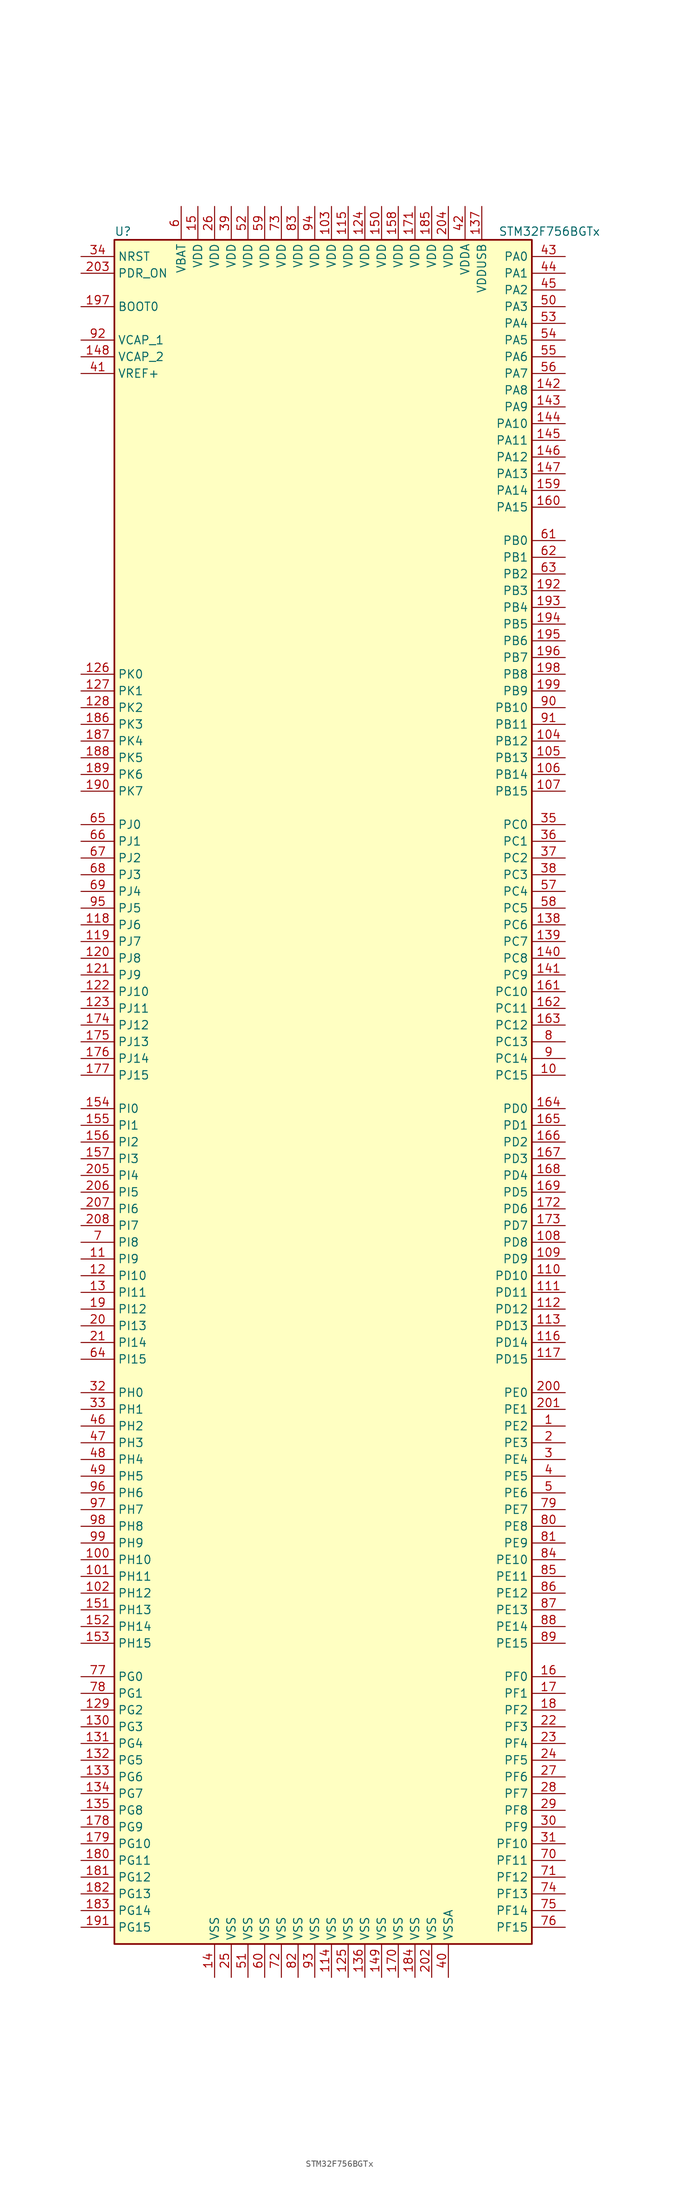
<source format=kicad_sym>
(kicad_symbol_lib
  (version 20201005)
  (generator kicad_symbol_editor)
  (symbol "MCU_ST_STM32F7:STM32F756BGTx"
    (property "Reference" "U"
      (at -33.02 130.81 0)
      (effects (font (size 1.27 1.27)) (justify left)))
    (property "Value" "STM32F756BGTx"
      (at 25.4 130.81 0)
      (effects (font (size 1.27 1.27)) (justify left)))
    (symbol "STM32F756BGTx_0_1"
      (rectangle (start -33.02 -129.54) (end 30.48 129.54) (stroke (width 0.254)) (fill (type background))))
    (symbol "STM32F756BGTx_1_1"
      (pin input line (at -38.1 119.38 0) (length 5.08) (name "BOOT0" (effects (font (size 1.27 1.27)))) (number "197" (effects (font (size 1.27 1.27)))))
      (pin input line (at -38.1 127 0) (length 5.08) (name "NRST" (effects (font (size 1.27 1.27)))) (number "34" (effects (font (size 1.27 1.27)))))
      (pin bidirectional line (at 35.56 127 180) (length 5.08) (name "PA0" (effects (font (size 1.27 1.27)))) (number "43" (effects (font (size 1.27 1.27)))))
      (pin bidirectional line (at 35.56 124.46 180) (length 5.08) (name "PA1" (effects (font (size 1.27 1.27)))) (number "44" (effects (font (size 1.27 1.27)))))
      (pin bidirectional line (at 35.56 101.6 180) (length 5.08) (name "PA10" (effects (font (size 1.27 1.27)))) (number "144" (effects (font (size 1.27 1.27)))))
      (pin bidirectional line (at 35.56 99.06 180) (length 5.08) (name "PA11" (effects (font (size 1.27 1.27)))) (number "145" (effects (font (size 1.27 1.27)))))
      (pin bidirectional line (at 35.56 96.52 180) (length 5.08) (name "PA12" (effects (font (size 1.27 1.27)))) (number "146" (effects (font (size 1.27 1.27)))))
      (pin bidirectional line (at 35.56 93.98 180) (length 5.08) (name "PA13" (effects (font (size 1.27 1.27)))) (number "147" (effects (font (size 1.27 1.27)))))
      (pin bidirectional line (at 35.56 91.44 180) (length 5.08) (name "PA14" (effects (font (size 1.27 1.27)))) (number "159" (effects (font (size 1.27 1.27)))))
      (pin bidirectional line (at 35.56 88.9 180) (length 5.08) (name "PA15" (effects (font (size 1.27 1.27)))) (number "160" (effects (font (size 1.27 1.27)))))
      (pin bidirectional line (at 35.56 121.92 180) (length 5.08) (name "PA2" (effects (font (size 1.27 1.27)))) (number "45" (effects (font (size 1.27 1.27)))))
      (pin bidirectional line (at 35.56 119.38 180) (length 5.08) (name "PA3" (effects (font (size 1.27 1.27)))) (number "50" (effects (font (size 1.27 1.27)))))
      (pin bidirectional line (at 35.56 116.84 180) (length 5.08) (name "PA4" (effects (font (size 1.27 1.27)))) (number "53" (effects (font (size 1.27 1.27)))))
      (pin bidirectional line (at 35.56 114.3 180) (length 5.08) (name "PA5" (effects (font (size 1.27 1.27)))) (number "54" (effects (font (size 1.27 1.27)))))
      (pin bidirectional line (at 35.56 111.76 180) (length 5.08) (name "PA6" (effects (font (size 1.27 1.27)))) (number "55" (effects (font (size 1.27 1.27)))))
      (pin bidirectional line (at 35.56 109.22 180) (length 5.08) (name "PA7" (effects (font (size 1.27 1.27)))) (number "56" (effects (font (size 1.27 1.27)))))
      (pin bidirectional line (at 35.56 106.68 180) (length 5.08) (name "PA8" (effects (font (size 1.27 1.27)))) (number "142" (effects (font (size 1.27 1.27)))))
      (pin bidirectional line (at 35.56 104.14 180) (length 5.08) (name "PA9" (effects (font (size 1.27 1.27)))) (number "143" (effects (font (size 1.27 1.27)))))
      (pin bidirectional line (at 35.56 83.82 180) (length 5.08) (name "PB0" (effects (font (size 1.27 1.27)))) (number "61" (effects (font (size 1.27 1.27)))))
      (pin bidirectional line (at 35.56 81.28 180) (length 5.08) (name "PB1" (effects (font (size 1.27 1.27)))) (number "62" (effects (font (size 1.27 1.27)))))
      (pin bidirectional line (at 35.56 58.42 180) (length 5.08) (name "PB10" (effects (font (size 1.27 1.27)))) (number "90" (effects (font (size 1.27 1.27)))))
      (pin bidirectional line (at 35.56 55.88 180) (length 5.08) (name "PB11" (effects (font (size 1.27 1.27)))) (number "91" (effects (font (size 1.27 1.27)))))
      (pin bidirectional line (at 35.56 53.34 180) (length 5.08) (name "PB12" (effects (font (size 1.27 1.27)))) (number "104" (effects (font (size 1.27 1.27)))))
      (pin bidirectional line (at 35.56 50.8 180) (length 5.08) (name "PB13" (effects (font (size 1.27 1.27)))) (number "105" (effects (font (size 1.27 1.27)))))
      (pin bidirectional line (at 35.56 48.26 180) (length 5.08) (name "PB14" (effects (font (size 1.27 1.27)))) (number "106" (effects (font (size 1.27 1.27)))))
      (pin bidirectional line (at 35.56 45.72 180) (length 5.08) (name "PB15" (effects (font (size 1.27 1.27)))) (number "107" (effects (font (size 1.27 1.27)))))
      (pin bidirectional line (at 35.56 78.74 180) (length 5.08) (name "PB2" (effects (font (size 1.27 1.27)))) (number "63" (effects (font (size 1.27 1.27)))))
      (pin bidirectional line (at 35.56 76.2 180) (length 5.08) (name "PB3" (effects (font (size 1.27 1.27)))) (number "192" (effects (font (size 1.27 1.27)))))
      (pin bidirectional line (at 35.56 73.66 180) (length 5.08) (name "PB4" (effects (font (size 1.27 1.27)))) (number "193" (effects (font (size 1.27 1.27)))))
      (pin bidirectional line (at 35.56 71.12 180) (length 5.08) (name "PB5" (effects (font (size 1.27 1.27)))) (number "194" (effects (font (size 1.27 1.27)))))
      (pin bidirectional line (at 35.56 68.58 180) (length 5.08) (name "PB6" (effects (font (size 1.27 1.27)))) (number "195" (effects (font (size 1.27 1.27)))))
      (pin bidirectional line (at 35.56 66.04 180) (length 5.08) (name "PB7" (effects (font (size 1.27 1.27)))) (number "196" (effects (font (size 1.27 1.27)))))
      (pin bidirectional line (at 35.56 63.5 180) (length 5.08) (name "PB8" (effects (font (size 1.27 1.27)))) (number "198" (effects (font (size 1.27 1.27)))))
      (pin bidirectional line (at 35.56 60.96 180) (length 5.08) (name "PB9" (effects (font (size 1.27 1.27)))) (number "199" (effects (font (size 1.27 1.27)))))
      (pin bidirectional line (at 35.56 40.64 180) (length 5.08) (name "PC0" (effects (font (size 1.27 1.27)))) (number "35" (effects (font (size 1.27 1.27)))))
      (pin bidirectional line (at 35.56 38.1 180) (length 5.08) (name "PC1" (effects (font (size 1.27 1.27)))) (number "36" (effects (font (size 1.27 1.27)))))
      (pin bidirectional line (at 35.56 15.24 180) (length 5.08) (name "PC10" (effects (font (size 1.27 1.27)))) (number "161" (effects (font (size 1.27 1.27)))))
      (pin bidirectional line (at 35.56 12.7 180) (length 5.08) (name "PC11" (effects (font (size 1.27 1.27)))) (number "162" (effects (font (size 1.27 1.27)))))
      (pin bidirectional line (at 35.56 10.16 180) (length 5.08) (name "PC12" (effects (font (size 1.27 1.27)))) (number "163" (effects (font (size 1.27 1.27)))))
      (pin bidirectional line (at 35.56 7.62 180) (length 5.08) (name "PC13" (effects (font (size 1.27 1.27)))) (number "8" (effects (font (size 1.27 1.27)))))
      (pin bidirectional line (at 35.56 5.08 180) (length 5.08) (name "PC14" (effects (font (size 1.27 1.27)))) (number "9" (effects (font (size 1.27 1.27)))))
      (pin bidirectional line (at 35.56 2.54 180) (length 5.08) (name "PC15" (effects (font (size 1.27 1.27)))) (number "10" (effects (font (size 1.27 1.27)))))
      (pin bidirectional line (at 35.56 35.56 180) (length 5.08) (name "PC2" (effects (font (size 1.27 1.27)))) (number "37" (effects (font (size 1.27 1.27)))))
      (pin bidirectional line (at 35.56 33.02 180) (length 5.08) (name "PC3" (effects (font (size 1.27 1.27)))) (number "38" (effects (font (size 1.27 1.27)))))
      (pin bidirectional line (at 35.56 30.48 180) (length 5.08) (name "PC4" (effects (font (size 1.27 1.27)))) (number "57" (effects (font (size 1.27 1.27)))))
      (pin bidirectional line (at 35.56 27.94 180) (length 5.08) (name "PC5" (effects (font (size 1.27 1.27)))) (number "58" (effects (font (size 1.27 1.27)))))
      (pin bidirectional line (at 35.56 25.4 180) (length 5.08) (name "PC6" (effects (font (size 1.27 1.27)))) (number "138" (effects (font (size 1.27 1.27)))))
      (pin bidirectional line (at 35.56 22.86 180) (length 5.08) (name "PC7" (effects (font (size 1.27 1.27)))) (number "139" (effects (font (size 1.27 1.27)))))
      (pin bidirectional line (at 35.56 20.32 180) (length 5.08) (name "PC8" (effects (font (size 1.27 1.27)))) (number "140" (effects (font (size 1.27 1.27)))))
      (pin bidirectional line (at 35.56 17.78 180) (length 5.08) (name "PC9" (effects (font (size 1.27 1.27)))) (number "141" (effects (font (size 1.27 1.27)))))
      (pin bidirectional line (at 35.56 -2.54 180) (length 5.08) (name "PD0" (effects (font (size 1.27 1.27)))) (number "164" (effects (font (size 1.27 1.27)))))
      (pin bidirectional line (at 35.56 -5.08 180) (length 5.08) (name "PD1" (effects (font (size 1.27 1.27)))) (number "165" (effects (font (size 1.27 1.27)))))
      (pin bidirectional line (at 35.56 -27.94 180) (length 5.08) (name "PD10" (effects (font (size 1.27 1.27)))) (number "110" (effects (font (size 1.27 1.27)))))
      (pin bidirectional line (at 35.56 -30.48 180) (length 5.08) (name "PD11" (effects (font (size 1.27 1.27)))) (number "111" (effects (font (size 1.27 1.27)))))
      (pin bidirectional line (at 35.56 -33.02 180) (length 5.08) (name "PD12" (effects (font (size 1.27 1.27)))) (number "112" (effects (font (size 1.27 1.27)))))
      (pin bidirectional line (at 35.56 -35.56 180) (length 5.08) (name "PD13" (effects (font (size 1.27 1.27)))) (number "113" (effects (font (size 1.27 1.27)))))
      (pin bidirectional line (at 35.56 -38.1 180) (length 5.08) (name "PD14" (effects (font (size 1.27 1.27)))) (number "116" (effects (font (size 1.27 1.27)))))
      (pin bidirectional line (at 35.56 -40.64 180) (length 5.08) (name "PD15" (effects (font (size 1.27 1.27)))) (number "117" (effects (font (size 1.27 1.27)))))
      (pin bidirectional line (at 35.56 -7.62 180) (length 5.08) (name "PD2" (effects (font (size 1.27 1.27)))) (number "166" (effects (font (size 1.27 1.27)))))
      (pin bidirectional line (at 35.56 -10.16 180) (length 5.08) (name "PD3" (effects (font (size 1.27 1.27)))) (number "167" (effects (font (size 1.27 1.27)))))
      (pin bidirectional line (at 35.56 -12.7 180) (length 5.08) (name "PD4" (effects (font (size 1.27 1.27)))) (number "168" (effects (font (size 1.27 1.27)))))
      (pin bidirectional line (at 35.56 -15.24 180) (length 5.08) (name "PD5" (effects (font (size 1.27 1.27)))) (number "169" (effects (font (size 1.27 1.27)))))
      (pin bidirectional line (at 35.56 -17.78 180) (length 5.08) (name "PD6" (effects (font (size 1.27 1.27)))) (number "172" (effects (font (size 1.27 1.27)))))
      (pin bidirectional line (at 35.56 -20.32 180) (length 5.08) (name "PD7" (effects (font (size 1.27 1.27)))) (number "173" (effects (font (size 1.27 1.27)))))
      (pin bidirectional line (at 35.56 -22.86 180) (length 5.08) (name "PD8" (effects (font (size 1.27 1.27)))) (number "108" (effects (font (size 1.27 1.27)))))
      (pin bidirectional line (at 35.56 -25.4 180) (length 5.08) (name "PD9" (effects (font (size 1.27 1.27)))) (number "109" (effects (font (size 1.27 1.27)))))
      (pin input line (at -38.1 124.46 0) (length 5.08) (name "PDR_ON" (effects (font (size 1.27 1.27)))) (number "203" (effects (font (size 1.27 1.27)))))
      (pin bidirectional line (at 35.56 -45.72 180) (length 5.08) (name "PE0" (effects (font (size 1.27 1.27)))) (number "200" (effects (font (size 1.27 1.27)))))
      (pin bidirectional line (at 35.56 -48.26 180) (length 5.08) (name "PE1" (effects (font (size 1.27 1.27)))) (number "201" (effects (font (size 1.27 1.27)))))
      (pin bidirectional line (at 35.56 -71.12 180) (length 5.08) (name "PE10" (effects (font (size 1.27 1.27)))) (number "84" (effects (font (size 1.27 1.27)))))
      (pin bidirectional line (at 35.56 -73.66 180) (length 5.08) (name "PE11" (effects (font (size 1.27 1.27)))) (number "85" (effects (font (size 1.27 1.27)))))
      (pin bidirectional line (at 35.56 -76.2 180) (length 5.08) (name "PE12" (effects (font (size 1.27 1.27)))) (number "86" (effects (font (size 1.27 1.27)))))
      (pin bidirectional line (at 35.56 -78.74 180) (length 5.08) (name "PE13" (effects (font (size 1.27 1.27)))) (number "87" (effects (font (size 1.27 1.27)))))
      (pin bidirectional line (at 35.56 -81.28 180) (length 5.08) (name "PE14" (effects (font (size 1.27 1.27)))) (number "88" (effects (font (size 1.27 1.27)))))
      (pin bidirectional line (at 35.56 -83.82 180) (length 5.08) (name "PE15" (effects (font (size 1.27 1.27)))) (number "89" (effects (font (size 1.27 1.27)))))
      (pin bidirectional line (at 35.56 -50.8 180) (length 5.08) (name "PE2" (effects (font (size 1.27 1.27)))) (number "1" (effects (font (size 1.27 1.27)))))
      (pin bidirectional line (at 35.56 -53.34 180) (length 5.08) (name "PE3" (effects (font (size 1.27 1.27)))) (number "2" (effects (font (size 1.27 1.27)))))
      (pin bidirectional line (at 35.56 -55.88 180) (length 5.08) (name "PE4" (effects (font (size 1.27 1.27)))) (number "3" (effects (font (size 1.27 1.27)))))
      (pin bidirectional line (at 35.56 -58.42 180) (length 5.08) (name "PE5" (effects (font (size 1.27 1.27)))) (number "4" (effects (font (size 1.27 1.27)))))
      (pin bidirectional line (at 35.56 -60.96 180) (length 5.08) (name "PE6" (effects (font (size 1.27 1.27)))) (number "5" (effects (font (size 1.27 1.27)))))
      (pin bidirectional line (at 35.56 -63.5 180) (length 5.08) (name "PE7" (effects (font (size 1.27 1.27)))) (number "79" (effects (font (size 1.27 1.27)))))
      (pin bidirectional line (at 35.56 -66.04 180) (length 5.08) (name "PE8" (effects (font (size 1.27 1.27)))) (number "80" (effects (font (size 1.27 1.27)))))
      (pin bidirectional line (at 35.56 -68.58 180) (length 5.08) (name "PE9" (effects (font (size 1.27 1.27)))) (number "81" (effects (font (size 1.27 1.27)))))
      (pin bidirectional line (at 35.56 -88.9 180) (length 5.08) (name "PF0" (effects (font (size 1.27 1.27)))) (number "16" (effects (font (size 1.27 1.27)))))
      (pin bidirectional line (at 35.56 -91.44 180) (length 5.08) (name "PF1" (effects (font (size 1.27 1.27)))) (number "17" (effects (font (size 1.27 1.27)))))
      (pin bidirectional line (at 35.56 -114.3 180) (length 5.08) (name "PF10" (effects (font (size 1.27 1.27)))) (number "31" (effects (font (size 1.27 1.27)))))
      (pin bidirectional line (at 35.56 -116.84 180) (length 5.08) (name "PF11" (effects (font (size 1.27 1.27)))) (number "70" (effects (font (size 1.27 1.27)))))
      (pin bidirectional line (at 35.56 -119.38 180) (length 5.08) (name "PF12" (effects (font (size 1.27 1.27)))) (number "71" (effects (font (size 1.27 1.27)))))
      (pin bidirectional line (at 35.56 -121.92 180) (length 5.08) (name "PF13" (effects (font (size 1.27 1.27)))) (number "74" (effects (font (size 1.27 1.27)))))
      (pin bidirectional line (at 35.56 -124.46 180) (length 5.08) (name "PF14" (effects (font (size 1.27 1.27)))) (number "75" (effects (font (size 1.27 1.27)))))
      (pin bidirectional line (at 35.56 -127 180) (length 5.08) (name "PF15" (effects (font (size 1.27 1.27)))) (number "76" (effects (font (size 1.27 1.27)))))
      (pin bidirectional line (at 35.56 -93.98 180) (length 5.08) (name "PF2" (effects (font (size 1.27 1.27)))) (number "18" (effects (font (size 1.27 1.27)))))
      (pin bidirectional line (at 35.56 -96.52 180) (length 5.08) (name "PF3" (effects (font (size 1.27 1.27)))) (number "22" (effects (font (size 1.27 1.27)))))
      (pin bidirectional line (at 35.56 -99.06 180) (length 5.08) (name "PF4" (effects (font (size 1.27 1.27)))) (number "23" (effects (font (size 1.27 1.27)))))
      (pin bidirectional line (at 35.56 -101.6 180) (length 5.08) (name "PF5" (effects (font (size 1.27 1.27)))) (number "24" (effects (font (size 1.27 1.27)))))
      (pin bidirectional line (at 35.56 -104.14 180) (length 5.08) (name "PF6" (effects (font (size 1.27 1.27)))) (number "27" (effects (font (size 1.27 1.27)))))
      (pin bidirectional line (at 35.56 -106.68 180) (length 5.08) (name "PF7" (effects (font (size 1.27 1.27)))) (number "28" (effects (font (size 1.27 1.27)))))
      (pin bidirectional line (at 35.56 -109.22 180) (length 5.08) (name "PF8" (effects (font (size 1.27 1.27)))) (number "29" (effects (font (size 1.27 1.27)))))
      (pin bidirectional line (at 35.56 -111.76 180) (length 5.08) (name "PF9" (effects (font (size 1.27 1.27)))) (number "30" (effects (font (size 1.27 1.27)))))
      (pin bidirectional line (at -38.1 -88.9 0) (length 5.08) (name "PG0" (effects (font (size 1.27 1.27)))) (number "77" (effects (font (size 1.27 1.27)))))
      (pin bidirectional line (at -38.1 -91.44 0) (length 5.08) (name "PG1" (effects (font (size 1.27 1.27)))) (number "78" (effects (font (size 1.27 1.27)))))
      (pin bidirectional line (at -38.1 -114.3 0) (length 5.08) (name "PG10" (effects (font (size 1.27 1.27)))) (number "179" (effects (font (size 1.27 1.27)))))
      (pin bidirectional line (at -38.1 -116.84 0) (length 5.08) (name "PG11" (effects (font (size 1.27 1.27)))) (number "180" (effects (font (size 1.27 1.27)))))
      (pin bidirectional line (at -38.1 -119.38 0) (length 5.08) (name "PG12" (effects (font (size 1.27 1.27)))) (number "181" (effects (font (size 1.27 1.27)))))
      (pin bidirectional line (at -38.1 -121.92 0) (length 5.08) (name "PG13" (effects (font (size 1.27 1.27)))) (number "182" (effects (font (size 1.27 1.27)))))
      (pin bidirectional line (at -38.1 -124.46 0) (length 5.08) (name "PG14" (effects (font (size 1.27 1.27)))) (number "183" (effects (font (size 1.27 1.27)))))
      (pin bidirectional line (at -38.1 -127 0) (length 5.08) (name "PG15" (effects (font (size 1.27 1.27)))) (number "191" (effects (font (size 1.27 1.27)))))
      (pin bidirectional line (at -38.1 -93.98 0) (length 5.08) (name "PG2" (effects (font (size 1.27 1.27)))) (number "129" (effects (font (size 1.27 1.27)))))
      (pin bidirectional line (at -38.1 -96.52 0) (length 5.08) (name "PG3" (effects (font (size 1.27 1.27)))) (number "130" (effects (font (size 1.27 1.27)))))
      (pin bidirectional line (at -38.1 -99.06 0) (length 5.08) (name "PG4" (effects (font (size 1.27 1.27)))) (number "131" (effects (font (size 1.27 1.27)))))
      (pin bidirectional line (at -38.1 -101.6 0) (length 5.08) (name "PG5" (effects (font (size 1.27 1.27)))) (number "132" (effects (font (size 1.27 1.27)))))
      (pin bidirectional line (at -38.1 -104.14 0) (length 5.08) (name "PG6" (effects (font (size 1.27 1.27)))) (number "133" (effects (font (size 1.27 1.27)))))
      (pin bidirectional line (at -38.1 -106.68 0) (length 5.08) (name "PG7" (effects (font (size 1.27 1.27)))) (number "134" (effects (font (size 1.27 1.27)))))
      (pin bidirectional line (at -38.1 -109.22 0) (length 5.08) (name "PG8" (effects (font (size 1.27 1.27)))) (number "135" (effects (font (size 1.27 1.27)))))
      (pin bidirectional line (at -38.1 -111.76 0) (length 5.08) (name "PG9" (effects (font (size 1.27 1.27)))) (number "178" (effects (font (size 1.27 1.27)))))
      (pin input line (at -38.1 -45.72 0) (length 5.08) (name "PH0" (effects (font (size 1.27 1.27)))) (number "32" (effects (font (size 1.27 1.27)))))
      (pin input line (at -38.1 -48.26 0) (length 5.08) (name "PH1" (effects (font (size 1.27 1.27)))) (number "33" (effects (font (size 1.27 1.27)))))
      (pin bidirectional line (at -38.1 -71.12 0) (length 5.08) (name "PH10" (effects (font (size 1.27 1.27)))) (number "100" (effects (font (size 1.27 1.27)))))
      (pin bidirectional line (at -38.1 -73.66 0) (length 5.08) (name "PH11" (effects (font (size 1.27 1.27)))) (number "101" (effects (font (size 1.27 1.27)))))
      (pin bidirectional line (at -38.1 -76.2 0) (length 5.08) (name "PH12" (effects (font (size 1.27 1.27)))) (number "102" (effects (font (size 1.27 1.27)))))
      (pin bidirectional line (at -38.1 -78.74 0) (length 5.08) (name "PH13" (effects (font (size 1.27 1.27)))) (number "151" (effects (font (size 1.27 1.27)))))
      (pin bidirectional line (at -38.1 -81.28 0) (length 5.08) (name "PH14" (effects (font (size 1.27 1.27)))) (number "152" (effects (font (size 1.27 1.27)))))
      (pin bidirectional line (at -38.1 -83.82 0) (length 5.08) (name "PH15" (effects (font (size 1.27 1.27)))) (number "153" (effects (font (size 1.27 1.27)))))
      (pin bidirectional line (at -38.1 -50.8 0) (length 5.08) (name "PH2" (effects (font (size 1.27 1.27)))) (number "46" (effects (font (size 1.27 1.27)))))
      (pin bidirectional line (at -38.1 -53.34 0) (length 5.08) (name "PH3" (effects (font (size 1.27 1.27)))) (number "47" (effects (font (size 1.27 1.27)))))
      (pin bidirectional line (at -38.1 -55.88 0) (length 5.08) (name "PH4" (effects (font (size 1.27 1.27)))) (number "48" (effects (font (size 1.27 1.27)))))
      (pin bidirectional line (at -38.1 -58.42 0) (length 5.08) (name "PH5" (effects (font (size 1.27 1.27)))) (number "49" (effects (font (size 1.27 1.27)))))
      (pin bidirectional line (at -38.1 -60.96 0) (length 5.08) (name "PH6" (effects (font (size 1.27 1.27)))) (number "96" (effects (font (size 1.27 1.27)))))
      (pin bidirectional line (at -38.1 -63.5 0) (length 5.08) (name "PH7" (effects (font (size 1.27 1.27)))) (number "97" (effects (font (size 1.27 1.27)))))
      (pin bidirectional line (at -38.1 -66.04 0) (length 5.08) (name "PH8" (effects (font (size 1.27 1.27)))) (number "98" (effects (font (size 1.27 1.27)))))
      (pin bidirectional line (at -38.1 -68.58 0) (length 5.08) (name "PH9" (effects (font (size 1.27 1.27)))) (number "99" (effects (font (size 1.27 1.27)))))
      (pin bidirectional line (at -38.1 -2.54 0) (length 5.08) (name "PI0" (effects (font (size 1.27 1.27)))) (number "154" (effects (font (size 1.27 1.27)))))
      (pin bidirectional line (at -38.1 -5.08 0) (length 5.08) (name "PI1" (effects (font (size 1.27 1.27)))) (number "155" (effects (font (size 1.27 1.27)))))
      (pin bidirectional line (at -38.1 -27.94 0) (length 5.08) (name "PI10" (effects (font (size 1.27 1.27)))) (number "12" (effects (font (size 1.27 1.27)))))
      (pin bidirectional line (at -38.1 -30.48 0) (length 5.08) (name "PI11" (effects (font (size 1.27 1.27)))) (number "13" (effects (font (size 1.27 1.27)))))
      (pin bidirectional line (at -38.1 -33.02 0) (length 5.08) (name "PI12" (effects (font (size 1.27 1.27)))) (number "19" (effects (font (size 1.27 1.27)))))
      (pin bidirectional line (at -38.1 -35.56 0) (length 5.08) (name "PI13" (effects (font (size 1.27 1.27)))) (number "20" (effects (font (size 1.27 1.27)))))
      (pin bidirectional line (at -38.1 -38.1 0) (length 5.08) (name "PI14" (effects (font (size 1.27 1.27)))) (number "21" (effects (font (size 1.27 1.27)))))
      (pin bidirectional line (at -38.1 -40.64 0) (length 5.08) (name "PI15" (effects (font (size 1.27 1.27)))) (number "64" (effects (font (size 1.27 1.27)))))
      (pin bidirectional line (at -38.1 -7.62 0) (length 5.08) (name "PI2" (effects (font (size 1.27 1.27)))) (number "156" (effects (font (size 1.27 1.27)))))
      (pin bidirectional line (at -38.1 -10.16 0) (length 5.08) (name "PI3" (effects (font (size 1.27 1.27)))) (number "157" (effects (font (size 1.27 1.27)))))
      (pin bidirectional line (at -38.1 -12.7 0) (length 5.08) (name "PI4" (effects (font (size 1.27 1.27)))) (number "205" (effects (font (size 1.27 1.27)))))
      (pin bidirectional line (at -38.1 -15.24 0) (length 5.08) (name "PI5" (effects (font (size 1.27 1.27)))) (number "206" (effects (font (size 1.27 1.27)))))
      (pin bidirectional line (at -38.1 -17.78 0) (length 5.08) (name "PI6" (effects (font (size 1.27 1.27)))) (number "207" (effects (font (size 1.27 1.27)))))
      (pin bidirectional line (at -38.1 -20.32 0) (length 5.08) (name "PI7" (effects (font (size 1.27 1.27)))) (number "208" (effects (font (size 1.27 1.27)))))
      (pin bidirectional line (at -38.1 -22.86 0) (length 5.08) (name "PI8" (effects (font (size 1.27 1.27)))) (number "7" (effects (font (size 1.27 1.27)))))
      (pin bidirectional line (at -38.1 -25.4 0) (length 5.08) (name "PI9" (effects (font (size 1.27 1.27)))) (number "11" (effects (font (size 1.27 1.27)))))
      (pin bidirectional line (at -38.1 40.64 0) (length 5.08) (name "PJ0" (effects (font (size 1.27 1.27)))) (number "65" (effects (font (size 1.27 1.27)))))
      (pin bidirectional line (at -38.1 38.1 0) (length 5.08) (name "PJ1" (effects (font (size 1.27 1.27)))) (number "66" (effects (font (size 1.27 1.27)))))
      (pin bidirectional line (at -38.1 15.24 0) (length 5.08) (name "PJ10" (effects (font (size 1.27 1.27)))) (number "122" (effects (font (size 1.27 1.27)))))
      (pin bidirectional line (at -38.1 12.7 0) (length 5.08) (name "PJ11" (effects (font (size 1.27 1.27)))) (number "123" (effects (font (size 1.27 1.27)))))
      (pin bidirectional line (at -38.1 10.16 0) (length 5.08) (name "PJ12" (effects (font (size 1.27 1.27)))) (number "174" (effects (font (size 1.27 1.27)))))
      (pin bidirectional line (at -38.1 7.62 0) (length 5.08) (name "PJ13" (effects (font (size 1.27 1.27)))) (number "175" (effects (font (size 1.27 1.27)))))
      (pin bidirectional line (at -38.1 5.08 0) (length 5.08) (name "PJ14" (effects (font (size 1.27 1.27)))) (number "176" (effects (font (size 1.27 1.27)))))
      (pin bidirectional line (at -38.1 2.54 0) (length 5.08) (name "PJ15" (effects (font (size 1.27 1.27)))) (number "177" (effects (font (size 1.27 1.27)))))
      (pin bidirectional line (at -38.1 35.56 0) (length 5.08) (name "PJ2" (effects (font (size 1.27 1.27)))) (number "67" (effects (font (size 1.27 1.27)))))
      (pin bidirectional line (at -38.1 33.02 0) (length 5.08) (name "PJ3" (effects (font (size 1.27 1.27)))) (number "68" (effects (font (size 1.27 1.27)))))
      (pin bidirectional line (at -38.1 30.48 0) (length 5.08) (name "PJ4" (effects (font (size 1.27 1.27)))) (number "69" (effects (font (size 1.27 1.27)))))
      (pin bidirectional line (at -38.1 27.94 0) (length 5.08) (name "PJ5" (effects (font (size 1.27 1.27)))) (number "95" (effects (font (size 1.27 1.27)))))
      (pin bidirectional line (at -38.1 25.4 0) (length 5.08) (name "PJ6" (effects (font (size 1.27 1.27)))) (number "118" (effects (font (size 1.27 1.27)))))
      (pin bidirectional line (at -38.1 22.86 0) (length 5.08) (name "PJ7" (effects (font (size 1.27 1.27)))) (number "119" (effects (font (size 1.27 1.27)))))
      (pin bidirectional line (at -38.1 20.32 0) (length 5.08) (name "PJ8" (effects (font (size 1.27 1.27)))) (number "120" (effects (font (size 1.27 1.27)))))
      (pin bidirectional line (at -38.1 17.78 0) (length 5.08) (name "PJ9" (effects (font (size 1.27 1.27)))) (number "121" (effects (font (size 1.27 1.27)))))
      (pin bidirectional line (at -38.1 63.5 0) (length 5.08) (name "PK0" (effects (font (size 1.27 1.27)))) (number "126" (effects (font (size 1.27 1.27)))))
      (pin bidirectional line (at -38.1 60.96 0) (length 5.08) (name "PK1" (effects (font (size 1.27 1.27)))) (number "127" (effects (font (size 1.27 1.27)))))
      (pin bidirectional line (at -38.1 58.42 0) (length 5.08) (name "PK2" (effects (font (size 1.27 1.27)))) (number "128" (effects (font (size 1.27 1.27)))))
      (pin bidirectional line (at -38.1 55.88 0) (length 5.08) (name "PK3" (effects (font (size 1.27 1.27)))) (number "186" (effects (font (size 1.27 1.27)))))
      (pin bidirectional line (at -38.1 53.34 0) (length 5.08) (name "PK4" (effects (font (size 1.27 1.27)))) (number "187" (effects (font (size 1.27 1.27)))))
      (pin bidirectional line (at -38.1 50.8 0) (length 5.08) (name "PK5" (effects (font (size 1.27 1.27)))) (number "188" (effects (font (size 1.27 1.27)))))
      (pin bidirectional line (at -38.1 48.26 0) (length 5.08) (name "PK6" (effects (font (size 1.27 1.27)))) (number "189" (effects (font (size 1.27 1.27)))))
      (pin bidirectional line (at -38.1 45.72 0) (length 5.08) (name "PK7" (effects (font (size 1.27 1.27)))) (number "190" (effects (font (size 1.27 1.27)))))
      (pin power_in line (at -22.86 134.62 270) (length 5.08) (name "VBAT" (effects (font (size 1.27 1.27)))) (number "6" (effects (font (size 1.27 1.27)))))
      (pin power_in line (at -38.1 114.3 0) (length 5.08) (name "VCAP_1" (effects (font (size 1.27 1.27)))) (number "92" (effects (font (size 1.27 1.27)))))
      (pin power_in line (at -38.1 111.76 0) (length 5.08) (name "VCAP_2" (effects (font (size 1.27 1.27)))) (number "148" (effects (font (size 1.27 1.27)))))
      (pin power_in line (at 0 134.62 270) (length 5.08) (name "VDD" (effects (font (size 1.27 1.27)))) (number "103" (effects (font (size 1.27 1.27)))))
      (pin power_in line (at 2.54 134.62 270) (length 5.08) (name "VDD" (effects (font (size 1.27 1.27)))) (number "115" (effects (font (size 1.27 1.27)))))
      (pin power_in line (at 5.08 134.62 270) (length 5.08) (name "VDD" (effects (font (size 1.27 1.27)))) (number "124" (effects (font (size 1.27 1.27)))))
      (pin power_in line (at -20.32 134.62 270) (length 5.08) (name "VDD" (effects (font (size 1.27 1.27)))) (number "15" (effects (font (size 1.27 1.27)))))
      (pin power_in line (at 7.62 134.62 270) (length 5.08) (name "VDD" (effects (font (size 1.27 1.27)))) (number "150" (effects (font (size 1.27 1.27)))))
      (pin power_in line (at 10.16 134.62 270) (length 5.08) (name "VDD" (effects (font (size 1.27 1.27)))) (number "158" (effects (font (size 1.27 1.27)))))
      (pin power_in line (at 12.7 134.62 270) (length 5.08) (name "VDD" (effects (font (size 1.27 1.27)))) (number "171" (effects (font (size 1.27 1.27)))))
      (pin power_in line (at 15.24 134.62 270) (length 5.08) (name "VDD" (effects (font (size 1.27 1.27)))) (number "185" (effects (font (size 1.27 1.27)))))
      (pin power_in line (at 17.78 134.62 270) (length 5.08) (name "VDD" (effects (font (size 1.27 1.27)))) (number "204" (effects (font (size 1.27 1.27)))))
      (pin power_in line (at -17.78 134.62 270) (length 5.08) (name "VDD" (effects (font (size 1.27 1.27)))) (number "26" (effects (font (size 1.27 1.27)))))
      (pin power_in line (at -15.24 134.62 270) (length 5.08) (name "VDD" (effects (font (size 1.27 1.27)))) (number "39" (effects (font (size 1.27 1.27)))))
      (pin power_in line (at -12.7 134.62 270) (length 5.08) (name "VDD" (effects (font (size 1.27 1.27)))) (number "52" (effects (font (size 1.27 1.27)))))
      (pin power_in line (at -10.16 134.62 270) (length 5.08) (name "VDD" (effects (font (size 1.27 1.27)))) (number "59" (effects (font (size 1.27 1.27)))))
      (pin power_in line (at -7.62 134.62 270) (length 5.08) (name "VDD" (effects (font (size 1.27 1.27)))) (number "73" (effects (font (size 1.27 1.27)))))
      (pin power_in line (at -5.08 134.62 270) (length 5.08) (name "VDD" (effects (font (size 1.27 1.27)))) (number "83" (effects (font (size 1.27 1.27)))))
      (pin power_in line (at -2.54 134.62 270) (length 5.08) (name "VDD" (effects (font (size 1.27 1.27)))) (number "94" (effects (font (size 1.27 1.27)))))
      (pin power_in line (at 20.32 134.62 270) (length 5.08) (name "VDDA" (effects (font (size 1.27 1.27)))) (number "42" (effects (font (size 1.27 1.27)))))
      (pin power_in line (at 22.86 134.62 270) (length 5.08) (name "VDDUSB" (effects (font (size 1.27 1.27)))) (number "137" (effects (font (size 1.27 1.27)))))
      (pin power_in line (at -38.1 109.22 0) (length 5.08) (name "VREF+" (effects (font (size 1.27 1.27)))) (number "41" (effects (font (size 1.27 1.27)))))
      (pin power_in line (at 0 -134.62 90) (length 5.08) (name "VSS" (effects (font (size 1.27 1.27)))) (number "114" (effects (font (size 1.27 1.27)))))
      (pin power_in line (at 2.54 -134.62 90) (length 5.08) (name "VSS" (effects (font (size 1.27 1.27)))) (number "125" (effects (font (size 1.27 1.27)))))
      (pin power_in line (at 5.08 -134.62 90) (length 5.08) (name "VSS" (effects (font (size 1.27 1.27)))) (number "136" (effects (font (size 1.27 1.27)))))
      (pin power_in line (at -17.78 -134.62 90) (length 5.08) (name "VSS" (effects (font (size 1.27 1.27)))) (number "14" (effects (font (size 1.27 1.27)))))
      (pin power_in line (at 7.62 -134.62 90) (length 5.08) (name "VSS" (effects (font (size 1.27 1.27)))) (number "149" (effects (font (size 1.27 1.27)))))
      (pin power_in line (at 10.16 -134.62 90) (length 5.08) (name "VSS" (effects (font (size 1.27 1.27)))) (number "170" (effects (font (size 1.27 1.27)))))
      (pin power_in line (at 12.7 -134.62 90) (length 5.08) (name "VSS" (effects (font (size 1.27 1.27)))) (number "184" (effects (font (size 1.27 1.27)))))
      (pin power_in line (at 15.24 -134.62 90) (length 5.08) (name "VSS" (effects (font (size 1.27 1.27)))) (number "202" (effects (font (size 1.27 1.27)))))
      (pin power_in line (at -15.24 -134.62 90) (length 5.08) (name "VSS" (effects (font (size 1.27 1.27)))) (number "25" (effects (font (size 1.27 1.27)))))
      (pin power_in line (at -12.7 -134.62 90) (length 5.08) (name "VSS" (effects (font (size 1.27 1.27)))) (number "51" (effects (font (size 1.27 1.27)))))
      (pin power_in line (at -10.16 -134.62 90) (length 5.08) (name "VSS" (effects (font (size 1.27 1.27)))) (number "60" (effects (font (size 1.27 1.27)))))
      (pin power_in line (at -7.62 -134.62 90) (length 5.08) (name "VSS" (effects (font (size 1.27 1.27)))) (number "72" (effects (font (size 1.27 1.27)))))
      (pin power_in line (at -5.08 -134.62 90) (length 5.08) (name "VSS" (effects (font (size 1.27 1.27)))) (number "82" (effects (font (size 1.27 1.27)))))
      (pin power_in line (at -2.54 -134.62 90) (length 5.08) (name "VSS" (effects (font (size 1.27 1.27)))) (number "93" (effects (font (size 1.27 1.27)))))
      (pin power_in line (at 17.78 -134.62 90) (length 5.08) (name "VSSA" (effects (font (size 1.27 1.27)))) (number "40" (effects (font (size 1.27 1.27))))))))
</source>
